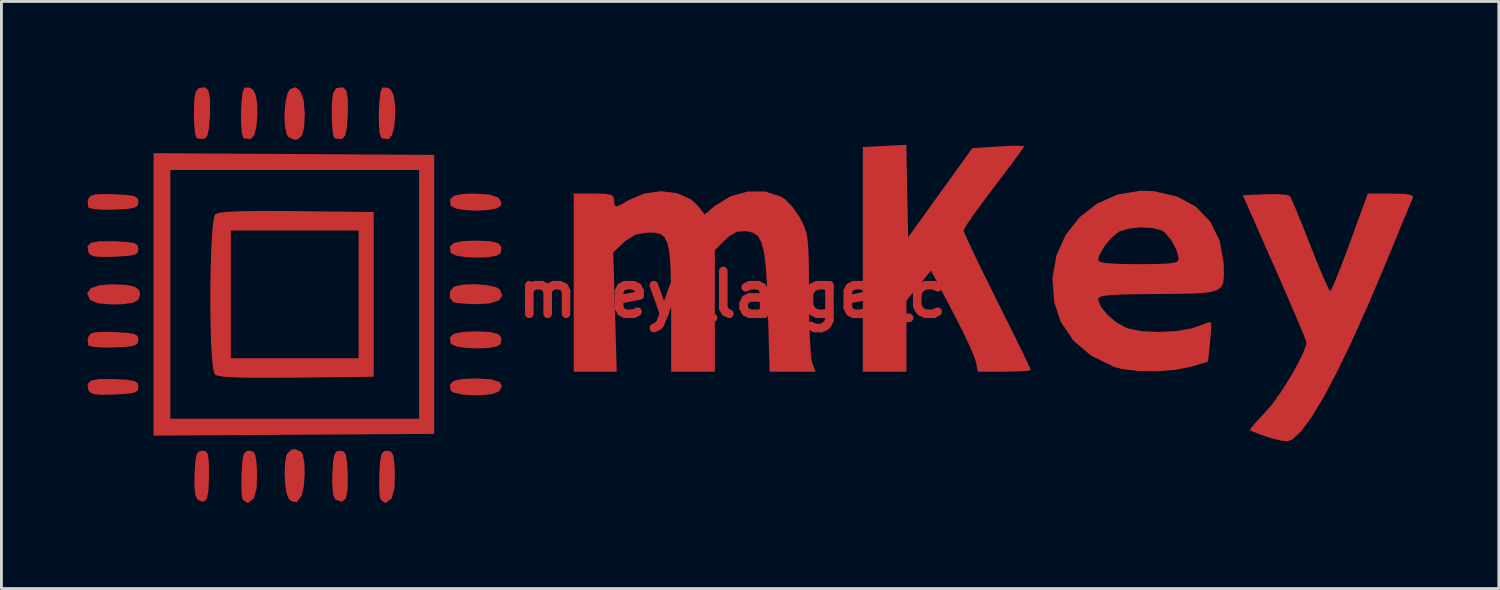
<source format=kicad_pcb>
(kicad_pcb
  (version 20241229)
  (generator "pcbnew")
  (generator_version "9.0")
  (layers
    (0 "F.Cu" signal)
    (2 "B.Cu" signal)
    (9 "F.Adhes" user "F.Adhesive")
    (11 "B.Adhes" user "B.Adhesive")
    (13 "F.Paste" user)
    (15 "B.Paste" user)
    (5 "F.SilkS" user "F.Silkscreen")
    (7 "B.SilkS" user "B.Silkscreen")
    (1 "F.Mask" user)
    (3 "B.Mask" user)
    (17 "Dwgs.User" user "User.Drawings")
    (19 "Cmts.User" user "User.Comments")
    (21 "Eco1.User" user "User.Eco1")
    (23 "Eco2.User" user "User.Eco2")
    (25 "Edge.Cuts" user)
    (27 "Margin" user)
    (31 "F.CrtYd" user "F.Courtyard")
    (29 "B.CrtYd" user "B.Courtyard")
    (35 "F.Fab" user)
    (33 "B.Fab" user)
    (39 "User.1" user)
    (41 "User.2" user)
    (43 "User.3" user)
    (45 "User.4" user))
  (footprint "mkey_large_cu"
    (layer "F.Cu")
    (at 23.253 7.249)
    (property "Reference" "mkey_large_cu" (at 0 0 0) (layer "F.Cu") (effects (font (size 1.5 1.5) (thickness 0.3))))
    (attr board_only exclude_from_pos_files exclude_from_bom)
    (fp_poly (pts (xy -9.125 2.971) (xy -8.82 3.063) (xy -8.738 3.215) (xy -8.852 3.396) (xy -9.05 3.48) (xy -9.383 3.524) (xy -9.774 3.531) (xy -10.149 3.501) (xy -10.43 3.436) (xy -10.539 3.357) (xy -10.564 3.154) (xy -10.433 3.025) (xy -10.122 2.958) (xy -9.648 2.94)) (stroke (width 0) (type solid)) (fill yes) (layer "F.Cu"))
    (fp_poly (pts (xy -21.89 -0.333) (xy -21.579 -0.266) (xy -21.43 -0.138) (xy -21.402 0) (xy -21.457 0.18) (xy -21.648 0.29) (xy -22.009 0.343) (xy -22.397 0.353) (xy -22.877 0.313) (xy -23.148 0.195) (xy -23.166 0.176) (xy -23.253 -0.044) (xy -23.127 -0.215) (xy -22.808 -0.322) (xy -22.397 -0.353)) (stroke (width 0) (type solid)) (fill yes) (layer "F.Cu"))
    (fp_poly (pts (xy -15.792 -7.105) (xy -15.68 -6.788) (xy -15.64 -6.337) (xy -15.663 -5.847) (xy -15.742 -5.554) (xy -15.89 -5.424) (xy -15.993 -5.409) (xy -16.208 -5.501) (xy -16.274 -5.595) (xy -16.34 -5.916) (xy -16.352 -6.322) (xy -16.316 -6.729) (xy -16.238 -7.05) (xy -16.156 -7.184) (xy -15.957 -7.247)) (stroke (width 0) (type solid)) (fill yes) (layer "F.Cu"))
    (fp_poly (pts (xy -9.181 -3.493) (xy -8.864 -3.388) (xy -8.76 -3.21) (xy -8.782 -3.102) (xy -8.93 -3.006) (xy -9.234 -2.949) (xy -9.621 -2.929) (xy -10.015 -2.945) (xy -10.342 -2.999) (xy -10.526 -3.089) (xy -10.539 -3.111) (xy -10.562 -3.32) (xy -10.422 -3.45) (xy -10.093 -3.515) (xy -9.718 -3.528)) (stroke (width 0) (type solid)) (fill yes) (layer "F.Cu"))
    (fp_poly (pts (xy -9.158 -1.861) (xy -8.872 -1.79) (xy -8.758 -1.654) (xy -8.788 -1.441) (xy -8.929 -1.352) (xy -9.228 -1.3) (xy -9.611 -1.284) (xy -10.004 -1.302) (xy -10.332 -1.354) (xy -10.522 -1.439) (xy -10.539 -1.464) (xy -10.564 -1.667) (xy -10.433 -1.796) (xy -10.122 -1.864) (xy -9.648 -1.881)) (stroke (width 0) (type solid)) (fill yes) (layer "F.Cu"))
    (fp_poly (pts (xy -9.158 1.314) (xy -8.872 1.385) (xy -8.758 1.521) (xy -8.788 1.734) (xy -8.929 1.823) (xy -9.228 1.875) (xy -9.611 1.891) (xy -10.004 1.873) (xy -10.332 1.821) (xy -10.522 1.736) (xy -10.539 1.711) (xy -10.564 1.508) (xy -10.433 1.379) (xy -10.122 1.311) (xy -9.648 1.294)) (stroke (width 0) (type solid)) (fill yes) (layer "F.Cu"))
    (fp_poly (pts (xy -9.287 -0.327) (xy -8.964 -0.258) (xy -8.819 -0.176) (xy -8.729 0.045) (xy -8.853 0.213) (xy -9.173 0.316) (xy -9.628 0.343) (xy -10.019 0.328) (xy -10.323 0.299) (xy -10.436 0.275) (xy -10.566 0.121) (xy -10.559 -0.1) (xy -10.424 -0.269) (xy -10.397 -0.281) (xy -10.089 -0.345) (xy -9.69 -0.358)) (stroke (width 0) (type solid)) (fill yes) (layer "F.Cu"))
    (fp_poly (pts (xy -17.45 5.495) (xy -17.373 5.613) (xy -17.331 5.871) (xy -17.31 6.213) (xy -17.323 6.78) (xy -17.425 7.14) (xy -17.614 7.287) (xy -17.657 7.291) (xy -17.79 7.198) (xy -17.825 7.131) (xy -17.852 6.936) (xy -17.86 6.587) (xy -17.851 6.22) (xy -17.823 5.809) (xy -17.776 5.581) (xy -17.691 5.485) (xy -17.58 5.468)) (stroke (width 0) (type solid)) (fill yes) (layer "F.Cu"))
    (fp_poly (pts (xy -15.777 5.501) (xy -15.711 5.595) (xy -15.654 5.899) (xy -15.643 6.311) (xy -15.675 6.724) (xy -15.746 7.03) (xy -15.762 7.063) (xy -15.921 7.264) (xy -16.096 7.242) (xy -16.204 7.15) (xy -16.281 6.957) (xy -16.329 6.618) (xy -16.346 6.217) (xy -16.326 5.841) (xy -16.274 5.595) (xy -16.11 5.435) (xy -15.993 5.409)) (stroke (width 0) (type solid)) (fill yes) (layer "F.Cu"))
    (fp_poly (pts (xy -12.629 5.495) (xy -12.552 5.613) (xy -12.51 5.871) (xy -12.488 6.213) (xy -12.502 6.78) (xy -12.604 7.14) (xy -12.793 7.287) (xy -12.836 7.291) (xy -12.968 7.198) (xy -13.004 7.131) (xy -13.03 6.936) (xy -13.039 6.587) (xy -13.029 6.22) (xy -13.002 5.809) (xy -12.954 5.581) (xy -12.87 5.485) (xy -12.759 5.468)) (stroke (width 0) (type solid)) (fill yes) (layer "F.Cu"))
    (fp_poly (pts (xy -19.106 5.489) (xy -19.035 5.585) (xy -19.001 5.804) (xy -18.992 6.197) (xy -18.991 6.34) (xy -19.008 6.846) (xy -19.065 7.143) (xy -19.174 7.257) (xy -19.346 7.21) (xy -19.379 7.19) (xy -19.467 7.035) (xy -19.503 6.696) (xy -19.497 6.281) (xy -19.471 5.85) (xy -19.429 5.605) (xy -19.354 5.494) (xy -19.229 5.468) (xy -19.226 5.468)) (stroke (width 0) (type solid)) (fill yes) (layer "F.Cu"))
    (fp_poly (pts (xy -19.009 -7.127) (xy -18.954 -6.829) (xy -18.954 -6.329) (xy -18.956 -6.281) (xy -18.989 -5.824) (xy -19.047 -5.56) (xy -19.14 -5.446) (xy -19.173 -5.436) (xy -19.382 -5.451) (xy -19.438 -5.484) (xy -19.48 -5.635) (xy -19.509 -5.953) (xy -19.52 -6.357) (xy -19.508 -6.803) (xy -19.464 -7.066) (xy -19.375 -7.196) (xy -19.324 -7.223) (xy -19.129 -7.249)) (stroke (width 0) (type solid)) (fill yes) (layer "F.Cu"))
    (fp_poly (pts (xy -17.571 -7.233) (xy -17.452 -7.165) (xy -17.353 -6.97) (xy -17.302 -6.641) (xy -17.297 -6.251) (xy -17.333 -5.871) (xy -17.409 -5.576) (xy -17.521 -5.437) (xy -17.527 -5.436) (xy -17.736 -5.451) (xy -17.792 -5.484) (xy -17.843 -5.649) (xy -17.869 -5.966) (xy -17.872 -6.358) (xy -17.853 -6.75) (xy -17.814 -7.066) (xy -17.758 -7.23) (xy -17.751 -7.235)) (stroke (width 0) (type solid)) (fill yes) (layer "F.Cu"))
    (fp_poly (pts (xy -14.281 5.492) (xy -14.206 5.598) (xy -14.163 5.835) (xy -14.138 6.253) (xy -14.136 6.306) (xy -14.139 6.831) (xy -14.207 7.143) (xy -14.347 7.255) (xy -14.565 7.183) (xy -14.569 7.181) (xy -14.653 6.998) (xy -14.682 6.587) (xy -14.675 6.281) (xy -14.65 5.85) (xy -14.607 5.605) (xy -14.532 5.494) (xy -14.408 5.468) (xy -14.405 5.468)) (stroke (width 0) (type solid)) (fill yes) (layer "F.Cu"))
    (fp_poly (pts (xy -14.187 -7.127) (xy -14.133 -6.829) (xy -14.133 -6.329) (xy -14.135 -6.281) (xy -14.168 -5.824) (xy -14.226 -5.56) (xy -14.319 -5.446) (xy -14.352 -5.436) (xy -14.561 -5.451) (xy -14.617 -5.484) (xy -14.658 -5.635) (xy -14.688 -5.953) (xy -14.699 -6.357) (xy -14.687 -6.803) (xy -14.642 -7.066) (xy -14.554 -7.196) (xy -14.503 -7.223) (xy -14.307 -7.249)) (stroke (width 0) (type solid)) (fill yes) (layer "F.Cu"))
    (fp_poly (pts (xy -12.749 -7.233) (xy -12.631 -7.165) (xy -12.532 -6.97) (xy -12.481 -6.641) (xy -12.475 -6.251) (xy -12.512 -5.871) (xy -12.588 -5.576) (xy -12.699 -5.437) (xy -12.706 -5.436) (xy -12.915 -5.451) (xy -12.97 -5.484) (xy -13.022 -5.649) (xy -13.048 -5.966) (xy -13.051 -6.358) (xy -13.032 -6.75) (xy -12.993 -7.066) (xy -12.936 -7.23) (xy -12.93 -7.235)) (stroke (width 0) (type solid)) (fill yes) (layer "F.Cu"))
    (fp_poly (pts (xy -22.272 -1.858) (xy -21.842 -1.832) (xy -21.597 -1.79) (xy -21.487 -1.714) (xy -21.461 -1.59) (xy -21.461 -1.587) (xy -21.485 -1.463) (xy -21.591 -1.388) (xy -21.828 -1.346) (xy -22.246 -1.32) (xy -22.299 -1.318) (xy -22.75 -1.309) (xy -23.019 -1.332) (xy -23.16 -1.399) (xy -23.214 -1.485) (xy -23.242 -1.682) (xy -23.122 -1.804) (xy -22.829 -1.859) (xy -22.335 -1.86)) (stroke (width 0) (type solid)) (fill yes) (layer "F.Cu"))
    (fp_poly (pts (xy -22.272 2.963) (xy -21.842 2.989) (xy -21.597 3.032) (xy -21.487 3.107) (xy -21.461 3.232) (xy -21.461 3.234) (xy -21.485 3.358) (xy -21.591 3.433) (xy -21.828 3.475) (xy -22.246 3.501) (xy -22.299 3.503) (xy -22.75 3.513) (xy -23.019 3.489) (xy -23.16 3.422) (xy -23.214 3.337) (xy -23.242 3.139) (xy -23.122 3.018) (xy -22.829 2.962) (xy -22.335 2.961)) (stroke (width 0) (type solid)) (fill yes) (layer "F.Cu"))
    (fp_poly (pts (xy -16.022 -4.911) (xy -11.113 -4.88) (xy -11.113 0) (xy -11.113 4.88) (xy -16.022 4.911) (xy -20.931 4.941) (xy -20.931 0) (xy -20.931 -4.351) (xy -20.344 -4.351) (xy -20.344 0) (xy -20.344 4.351) (xy -15.993 4.351) (xy -11.642 4.351) (xy -11.642 0) (xy -11.642 -4.351) (xy -15.993 -4.351) (xy -20.344 -4.351) (xy -20.931 -4.351) (xy -20.931 -4.941)) (stroke (width 0) (type solid)) (fill yes) (layer "F.Cu"))
    (fp_poly (pts (xy -22.299 -3.503) (xy -21.86 -3.479) (xy -21.608 -3.438) (xy -21.491 -3.367) (xy -21.461 -3.249) (xy -21.461 -3.234) (xy -21.485 -3.11) (xy -21.59 -3.035) (xy -21.827 -2.992) (xy -22.243 -2.967) (xy -22.303 -2.964) (xy -22.726 -2.962) (xy -23.05 -2.988) (xy -23.211 -3.037) (xy -23.215 -3.042) (xy -23.238 -3.238) (xy -23.21 -3.346) (xy -23.129 -3.447) (xy -22.951 -3.5) (xy -22.623 -3.513)) (stroke (width 0) (type solid)) (fill yes) (layer "F.Cu"))
    (fp_poly (pts (xy -22.299 1.318) (xy -21.86 1.343) (xy -21.608 1.383) (xy -21.491 1.454) (xy -21.461 1.573) (xy -21.461 1.587) (xy -21.485 1.711) (xy -21.59 1.786) (xy -21.827 1.829) (xy -22.243 1.855) (xy -22.303 1.857) (xy -22.726 1.859) (xy -23.05 1.833) (xy -23.211 1.785) (xy -23.215 1.779) (xy -23.238 1.584) (xy -23.21 1.476) (xy -23.129 1.374) (xy -22.951 1.322) (xy -22.623 1.309)) (stroke (width 0) (type solid)) (fill yes) (layer "F.Cu"))
    (fp_poly (pts (xy -16.066 -2.914) (xy -15.919 -2.913) (xy -13.229 -2.881) (xy -13.229 0) (xy -13.229 2.881) (xy -15.938 2.913) (xy -16.881 2.92) (xy -17.611 2.917) (xy -18.147 2.902) (xy -18.51 2.876) (xy -18.721 2.836) (xy -18.789 2.801) (xy -18.842 2.633) (xy -18.884 2.273) (xy -18.915 1.762) (xy -18.935 1.143) (xy -18.945 0.455) (xy -18.944 -0.259) (xy -18.933 -0.959) (xy -18.912 -1.602) (xy -18.881 -2.148) (xy -18.872 -2.234) (xy -18.227 -2.234) (xy -18.227 0) (xy -18.227 2.234) (xy -15.993 2.234) (xy -13.758 2.234) (xy -13.758 0) (xy -13.758 -2.234) (xy -15.993 -2.234) (xy -18.227 -2.234) (xy -18.872 -2.234) (xy -18.84 -2.555) (xy -18.789 -2.782) (xy -18.771 -2.81) (xy -18.618 -2.858) (xy -18.284 -2.892) (xy -17.756 -2.912) (xy -17.021 -2.92)) (stroke (width 0) (type solid)) (fill yes) (layer "F.Cu"))
    (fp_poly (pts (xy 5.436 -3.616) (xy 5.468 -1.999) (xy 6.59 -3.557) (xy 7.712 -5.115) (xy 8.619 -5.174) (xy 9.046 -5.195) (xy 9.365 -5.199) (xy 9.519 -5.185) (xy 9.525 -5.179) (xy 9.457 -5.072) (xy 9.271 -4.812) (xy 8.991 -4.435) (xy 8.642 -3.974) (xy 8.467 -3.744) (xy 8.094 -3.249) (xy 7.778 -2.816) (xy 7.546 -2.48) (xy 7.422 -2.277) (xy 7.408 -2.239) (xy 7.459 -2.102) (xy 7.601 -1.786) (xy 7.818 -1.325) (xy 8.097 -0.749) (xy 8.422 -0.091) (xy 8.584 0.235) (xy 8.924 0.917) (xy 9.225 1.526) (xy 9.473 2.032) (xy 9.653 2.405) (xy 9.748 2.612) (xy 9.76 2.645) (xy 9.652 2.673) (xy 9.365 2.694) (xy 8.954 2.704) (xy 8.834 2.705) (xy 7.908 2.705) (xy 7.84 2.363) (xy 7.76 2.134) (xy 7.592 1.748) (xy 7.357 1.256) (xy 7.079 0.708) (xy 7.019 0.595) (xy 6.267 -0.831) (xy 5.838 -0.308) (xy 5.409 0.216) (xy 5.409 1.46) (xy 5.409 2.705) (xy 4.645 2.705) (xy 3.881 2.705) (xy 3.881 -1.225) (xy 3.881 -5.154) (xy 4.642 -5.193) (xy 5.404 -5.233)) (stroke (width 0) (type solid)) (fill yes) (layer "F.Cu"))
    (fp_poly (pts (xy 22.818 -3.516) (xy 23.061 -3.479) (xy 23.133 -3.408) (xy 23.125 -3.381) (xy 23.062 -3.231) (xy 22.924 -2.899) (xy 22.726 -2.421) (xy 22.483 -1.832) (xy 22.209 -1.167) (xy 22.164 -1.058) (xy 21.561 0.367) (xy 20.997 1.623) (xy 20.477 2.701) (xy 20.005 3.593) (xy 19.585 4.29) (xy 19.223 4.785) (xy 18.922 5.069) (xy 18.752 5.138) (xy 18.504 5.113) (xy 18.149 5.026) (xy 17.992 4.974) (xy 17.673 4.859) (xy 17.462 4.774) (xy 17.42 4.753) (xy 17.475 4.659) (xy 17.659 4.444) (xy 17.933 4.153) (xy 17.964 4.121) (xy 18.229 3.808) (xy 18.527 3.387) (xy 18.825 2.915) (xy 19.091 2.446) (xy 19.292 2.036) (xy 19.396 1.741) (xy 19.403 1.68) (xy 19.357 1.549) (xy 19.229 1.234) (xy 19.032 0.767) (xy 18.78 0.178) (xy 18.484 -0.5) (xy 18.289 -0.944) (xy 17.176 -3.469) (xy 17.954 -3.504) (xy 18.363 -3.509) (xy 18.675 -3.487) (xy 18.818 -3.445) (xy 18.889 -3.307) (xy 19.026 -2.991) (xy 19.213 -2.538) (xy 19.432 -1.989) (xy 19.531 -1.734) (xy 19.756 -1.166) (xy 19.956 -0.686) (xy 20.113 -0.331) (xy 20.211 -0.14) (xy 20.232 -0.118) (xy 20.296 -0.222) (xy 20.422 -0.51) (xy 20.597 -0.945) (xy 20.804 -1.487) (xy 20.927 -1.823) (xy 21.549 -3.528) (xy 22.37 -3.528)) (stroke (width 0) (type solid)) (fill yes) (layer "F.Cu"))
    (fp_poly (pts (xy -2.6 -3.539) (xy -2.121 -3.317) (xy -1.886 -3.095) (xy -1.651 -2.797) (xy -1.299 -3.093) (xy -0.749 -3.431) (xy -0.139 -3.602) (xy 0.471 -3.599) (xy 1.019 -3.417) (xy 1.166 -3.324) (xy 1.405 -3.083) (xy 1.651 -2.735) (xy 1.734 -2.585) (xy 1.83 -2.381) (xy 1.9 -2.175) (xy 1.947 -1.926) (xy 1.977 -1.592) (xy 1.992 -1.132) (xy 1.998 -0.505) (xy 1.999 0.017) (xy 2.005 0.715) (xy 2.023 1.349) (xy 2.05 1.874) (xy 2.083 2.245) (xy 2.114 2.403) (xy 2.228 2.705) (xy 1.425 2.705) (xy 0.622 2.705) (xy 0.562 0.607) (xy 0.53 -0.277) (xy 0.489 -0.954) (xy 0.429 -1.451) (xy 0.344 -1.797) (xy 0.225 -2.02) (xy 0.065 -2.146) (xy -0.142 -2.205) (xy -0.208 -2.212) (xy -0.526 -2.19) (xy -0.809 -2.022) (xy -0.942 -1.898) (xy -1.294 -1.547) (xy -1.294 0.579) (xy -1.294 2.705) (xy -2.058 2.705) (xy -2.822 2.705) (xy -2.824 0.559) (xy -2.829 -0.314) (xy -2.846 -0.979) (xy -2.885 -1.464) (xy -2.954 -1.797) (xy -3.06 -2.006) (xy -3.211 -2.118) (xy -3.417 -2.161) (xy -3.625 -2.165) (xy -4.056 -2.098) (xy -4.409 -1.881) (xy -4.485 -1.812) (xy -4.849 -1.47) (xy -4.787 0.617) (xy -4.726 2.705) (xy -5.479 2.705) (xy -6.232 2.705) (xy -6.232 -0.412) (xy -6.232 -3.528) (xy -5.527 -3.528) (xy -5.133 -3.519) (xy -4.92 -3.482) (xy -4.834 -3.397) (xy -4.821 -3.293) (xy -4.808 -3.121) (xy -4.734 -3.076) (xy -4.549 -3.158) (xy -4.328 -3.289) (xy -3.763 -3.53) (xy -3.167 -3.611)) (stroke (width 0) (type solid)) (fill yes) (layer "F.Cu"))
    (fp_poly (pts (xy 14.058 -3.611) (xy 14.872 -3.426) (xy 15.538 -3.065) (xy 16.042 -2.542) (xy 16.37 -1.872) (xy 16.509 -1.07) (xy 16.512 -0.948) (xy 16.514 -0.643) (xy 16.492 -0.414) (xy 16.415 -0.25) (xy 16.256 -0.14) (xy 15.984 -0.072) (xy 15.57 -0.035) (xy 14.986 -0.019) (xy 14.201 -0.013) (xy 14.023 -0.012) (xy 13.294 -0.004) (xy 12.77 0.011) (xy 12.421 0.036) (xy 12.216 0.074) (xy 12.125 0.127) (xy 12.112 0.167) (xy 12.207 0.426) (xy 12.451 0.724) (xy 12.778 0.996) (xy 13.125 1.181) (xy 13.145 1.188) (xy 13.629 1.285) (xy 14.228 1.315) (xy 14.845 1.283) (xy 15.381 1.19) (xy 15.588 1.122) (xy 15.871 1.014) (xy 16.044 0.969) (xy 16.064 0.973) (xy 16.071 1.098) (xy 16.055 1.388) (xy 16.029 1.68) (xy 15.96 2.353) (xy 15.367 2.529) (xy 14.818 2.639) (xy 14.172 2.69) (xy 13.519 2.681) (xy 12.949 2.612) (xy 12.686 2.542) (xy 11.873 2.147) (xy 11.241 1.612) (xy 10.8 0.945) (xy 10.58 0.28) (xy 10.514 -0.566) (xy 10.627 -1.205) (xy 12.113 -1.205) (xy 12.178 -1.139) (xy 12.393 -1.094) (xy 12.783 -1.068) (xy 13.377 -1.059) (xy 13.523 -1.058) (xy 14.129 -1.062) (xy 14.536 -1.078) (xy 14.782 -1.11) (xy 14.902 -1.162) (xy 14.934 -1.24) (xy 14.934 -1.241) (xy 14.857 -1.553) (xy 14.669 -1.901) (xy 14.437 -2.173) (xy 14.353 -2.231) (xy 14.02 -2.322) (xy 13.577 -2.342) (xy 13.137 -2.292) (xy 12.84 -2.193) (xy 12.587 -1.987) (xy 12.339 -1.689) (xy 12.162 -1.386) (xy 12.113 -1.205) (xy 10.627 -1.205) (xy 10.654 -1.363) (xy 10.978 -2.081) (xy 11.46 -2.695) (xy 12.075 -3.175) (xy 12.798 -3.495) (xy 13.606 -3.627)) (stroke (width 0) (type solid)) (fill yes) (layer "F.Cu")))
  (gr_rect
    (start -3 -3)
    (end 49.385 17.54)
    (stroke (width 0.1) (type default))
    (fill no)
    (layer "Edge.Cuts")))
</source>
